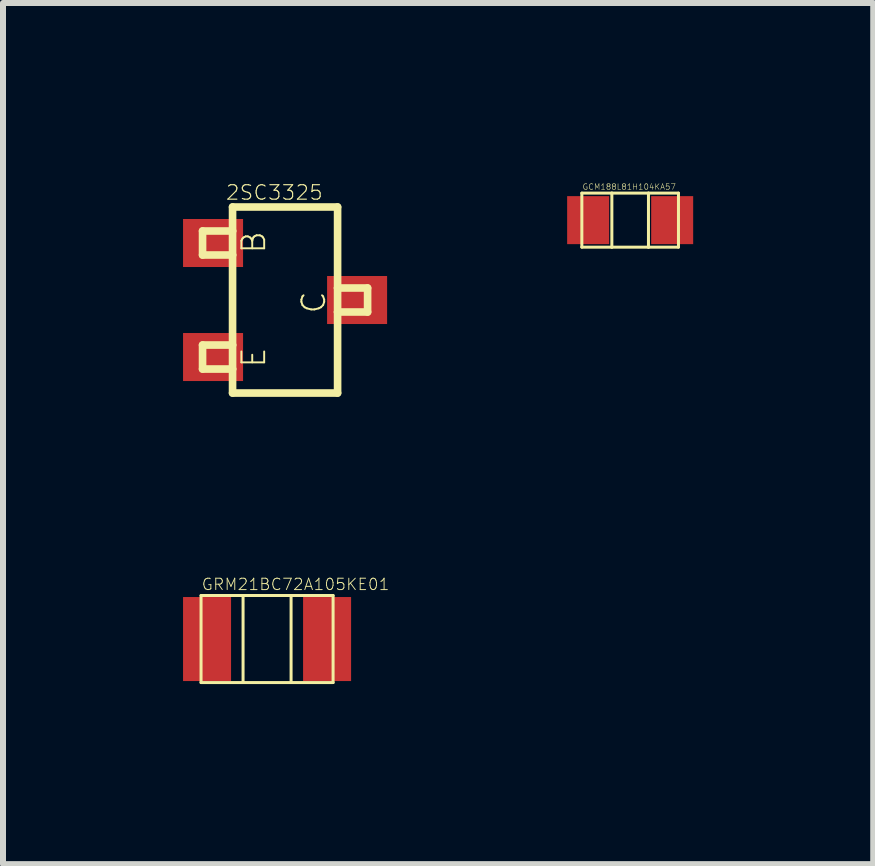
<source format=kicad_pcb>
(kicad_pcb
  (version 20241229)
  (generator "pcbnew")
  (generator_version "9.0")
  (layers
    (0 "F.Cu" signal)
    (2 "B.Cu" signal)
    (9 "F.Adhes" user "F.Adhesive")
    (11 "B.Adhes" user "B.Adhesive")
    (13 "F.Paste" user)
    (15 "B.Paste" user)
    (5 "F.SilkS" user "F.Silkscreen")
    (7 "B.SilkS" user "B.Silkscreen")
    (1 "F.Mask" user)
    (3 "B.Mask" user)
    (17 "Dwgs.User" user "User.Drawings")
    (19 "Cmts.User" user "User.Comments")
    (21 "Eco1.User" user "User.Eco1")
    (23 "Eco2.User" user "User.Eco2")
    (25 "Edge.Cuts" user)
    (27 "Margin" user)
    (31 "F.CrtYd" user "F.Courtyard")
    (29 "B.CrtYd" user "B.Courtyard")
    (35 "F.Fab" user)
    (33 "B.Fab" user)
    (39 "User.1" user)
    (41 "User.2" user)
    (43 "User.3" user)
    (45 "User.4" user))
  (footprint "2SC3325"
    (layer "F.Cu")
    (at 0.5 2.899)
    (property "Reference" "2SC3325" (at 0.2 -2.6 0) (layer "F.SilkS") (effects (font (size 0.241 0.241) (thickness 0.019)) (justify left bottom)))
    (attr through_hole)
    (fp_line (start -0.175 -2.1) (end -0.175 -1.7) (stroke (width 0.127) (type solid)) (layer "F.SilkS"))
    (fp_line (start -0.175 -1.7) (end 0.325 -1.7) (stroke (width 0.127) (type solid)) (layer "F.SilkS"))
    (fp_line (start -0.175 -0.2) (end -0.175 0.2) (stroke (width 0.127) (type solid)) (layer "F.SilkS"))
    (fp_line (start -0.175 0.2) (end 0.325 0.2) (stroke (width 0.127) (type solid)) (layer "F.SilkS"))
    (fp_line (start 0.325 -2.5) (end 0.325 -2.1) (stroke (width 0.127) (type solid)) (layer "F.SilkS"))
    (fp_line (start 0.325 -2.1) (end -0.175 -2.1) (stroke (width 0.127) (type solid)) (layer "F.SilkS"))
    (fp_line (start 0.325 -1.7) (end 0.325 -2.1) (stroke (width 0.127) (type solid)) (layer "F.SilkS"))
    (fp_line (start 0.325 -1.7) (end 0.325 -0.2) (stroke (width 0.127) (type solid)) (layer "F.SilkS"))
    (fp_line (start 0.325 -0.2) (end -0.175 -0.2) (stroke (width 0.127) (type solid)) (layer "F.SilkS"))
    (fp_line (start 0.325 0.2) (end 0.325 -0.2) (stroke (width 0.127) (type solid)) (layer "F.SilkS"))
    (fp_line (start 0.325 0.2) (end 0.325 0.6) (stroke (width 0.127) (type solid)) (layer "F.SilkS"))
    (fp_line (start 0.325 0.6) (end 2.075 0.6) (stroke (width 0.127) (type solid)) (layer "F.SilkS"))
    (fp_line (start 2.075 -2.5) (end 0.325 -2.5) (stroke (width 0.127) (type solid)) (layer "F.SilkS"))
    (fp_line (start 2.075 -1.15) (end 2.075 -2.5) (stroke (width 0.127) (type solid)) (layer "F.SilkS"))
    (fp_line (start 2.075 -1.15) (end 2.075 -0.75) (stroke (width 0.127) (type solid)) (layer "F.SilkS"))
    (fp_line (start 2.075 -0.75) (end 2.575 -0.75) (stroke (width 0.127) (type solid)) (layer "F.SilkS"))
    (fp_line (start 2.075 0.6) (end 2.075 -0.75) (stroke (width 0.127) (type solid)) (layer "F.SilkS"))
    (fp_line (start 2.575 -1.15) (end 2.075 -1.15) (stroke (width 0.127) (type solid)) (layer "F.SilkS"))
    (fp_line (start 2.575 -0.75) (end 2.575 -1.15) (stroke (width 0.127) (type solid)) (layer "F.SilkS"))
    (fp_text user "C" (at 1.9 -0.7 90) (layer "F.SilkS") (effects (font (size 0.38 0.38) (thickness 0.032)) (justify left bottom)))
    (fp_text user "E" (at 0.9 0.2 90) (layer "F.SilkS") (effects (font (size 0.38 0.38) (thickness 0.032)) (justify left bottom)))
    (fp_text user "B" (at 0.9 -1.7 90) (layer "F.SilkS") (effects (font (size 0.38 0.38) (thickness 0.032)) (justify left bottom)))
    (pad "B" smd rect (at 0 -1.9) (size 1 0.8) (layers "F.Cu" "F.Mask" "F.Paste"))
    (pad "C" smd rect (at 2.4 -0.95) (size 1 0.8) (layers "F.Cu" "F.Mask" "F.Paste"))
    (pad "E" smd rect (at 0 0) (size 1 0.8) (layers "F.Cu" "F.Mask" "F.Paste")))
  (footprint "GRM21BC72A105KE01"
    (layer "F.Cu")
    (at 1.4 7.598)
    (property "Reference" "GRM21BC72A105KE01" (at -1.1 -0.8 0) (layer "F.SilkS") (effects (font (size 0.19 0.19) (thickness 0.015)) (justify left bottom)))
    (attr through_hole)
    (fp_line (start -1.1 -0.725) (end -1.1 0.725) (stroke (width 0.05) (type solid)) (layer "F.SilkS"))
    (fp_line (start -1.1 0.725) (end -0.4 0.725) (stroke (width 0.05) (type solid)) (layer "F.SilkS"))
    (fp_line (start -0.4 -0.725) (end -1.1 -0.725) (stroke (width 0.05) (type solid)) (layer "F.SilkS"))
    (fp_line (start -0.4 -0.725) (end -0.4 0.725) (stroke (width 0.05) (type solid)) (layer "F.SilkS"))
    (fp_line (start -0.4 0.725) (end 0.4 0.725) (stroke (width 0.05) (type solid)) (layer "F.SilkS"))
    (fp_line (start 0.4 -0.725) (end -0.4 -0.725) (stroke (width 0.05) (type solid)) (layer "F.SilkS"))
    (fp_line (start 0.4 -0.725) (end 0.4 0.725) (stroke (width 0.05) (type solid)) (layer "F.SilkS"))
    (fp_line (start 0.4 0.725) (end 1.1 0.725) (stroke (width 0.05) (type solid)) (layer "F.SilkS"))
    (fp_line (start 1.1 -0.725) (end 0.4 -0.725) (stroke (width 0.05) (type solid)) (layer "F.SilkS"))
    (fp_line (start 1.1 0.725) (end 1.1 -0.725) (stroke (width 0.05) (type solid)) (layer "F.SilkS"))
    (pad "P$1" smd rect (at -1 0) (size 0.8 1.4) (layers "F.Cu" "F.Mask" "F.Paste"))
    (pad "P$2" smd rect (at 1 0) (size 0.8 1.4) (layers "F.Cu" "F.Mask" "F.Paste")))
  (footprint "GCM188L81H104KA57"
    (layer "F.Cu")
    (at 7.45 0.618)
    (property "Reference" "GCM188L81H104KA57" (at -0.8 -0.5 180) (layer "F.SilkS") (effects (font (size 0.095 0.095) (thickness 0.008)) (justify left bottom)))
    (attr through_hole)
    (fp_line (start -0.805 -0.45) (end -0.305 -0.45) (stroke (width 0.05) (type solid)) (layer "F.SilkS"))
    (fp_line (start -0.805 0.45) (end -0.805 -0.45) (stroke (width 0.05) (type solid)) (layer "F.SilkS"))
    (fp_line (start -0.305 -0.45) (end -0.305 0.45) (stroke (width 0.05) (type solid)) (layer "F.SilkS"))
    (fp_line (start -0.305 -0.45) (end 0.305 -0.45) (stroke (width 0.05) (type solid)) (layer "F.SilkS"))
    (fp_line (start -0.305 0.45) (end -0.805 0.45) (stroke (width 0.05) (type solid)) (layer "F.SilkS"))
    (fp_line (start 0.305 -0.45) (end 0.305 0.45) (stroke (width 0.05) (type solid)) (layer "F.SilkS"))
    (fp_line (start 0.305 -0.45) (end 0.805 -0.45) (stroke (width 0.05) (type solid)) (layer "F.SilkS"))
    (fp_line (start 0.305 0.45) (end -0.305 0.45) (stroke (width 0.05) (type solid)) (layer "F.SilkS"))
    (fp_line (start 0.805 -0.45) (end 0.805 0.45) (stroke (width 0.05) (type solid)) (layer "F.SilkS"))
    (fp_line (start 0.805 0.45) (end 0.305 0.45) (stroke (width 0.05) (type solid)) (layer "F.SilkS"))
    (pad "P$1" smd rect (at -0.7 0) (size 0.7 0.8) (layers "F.Cu" "F.Mask" "F.Paste"))
    (pad "P$2" smd rect (at 0.7 0) (size 0.7 0.8) (layers "F.Cu" "F.Mask" "F.Paste")))
  (gr_rect
    (start -3 -3)
    (end 11.5 11.348)
    (stroke (width 0.1) (type default))
    (fill no)
    (layer "Edge.Cuts")))
</source>
